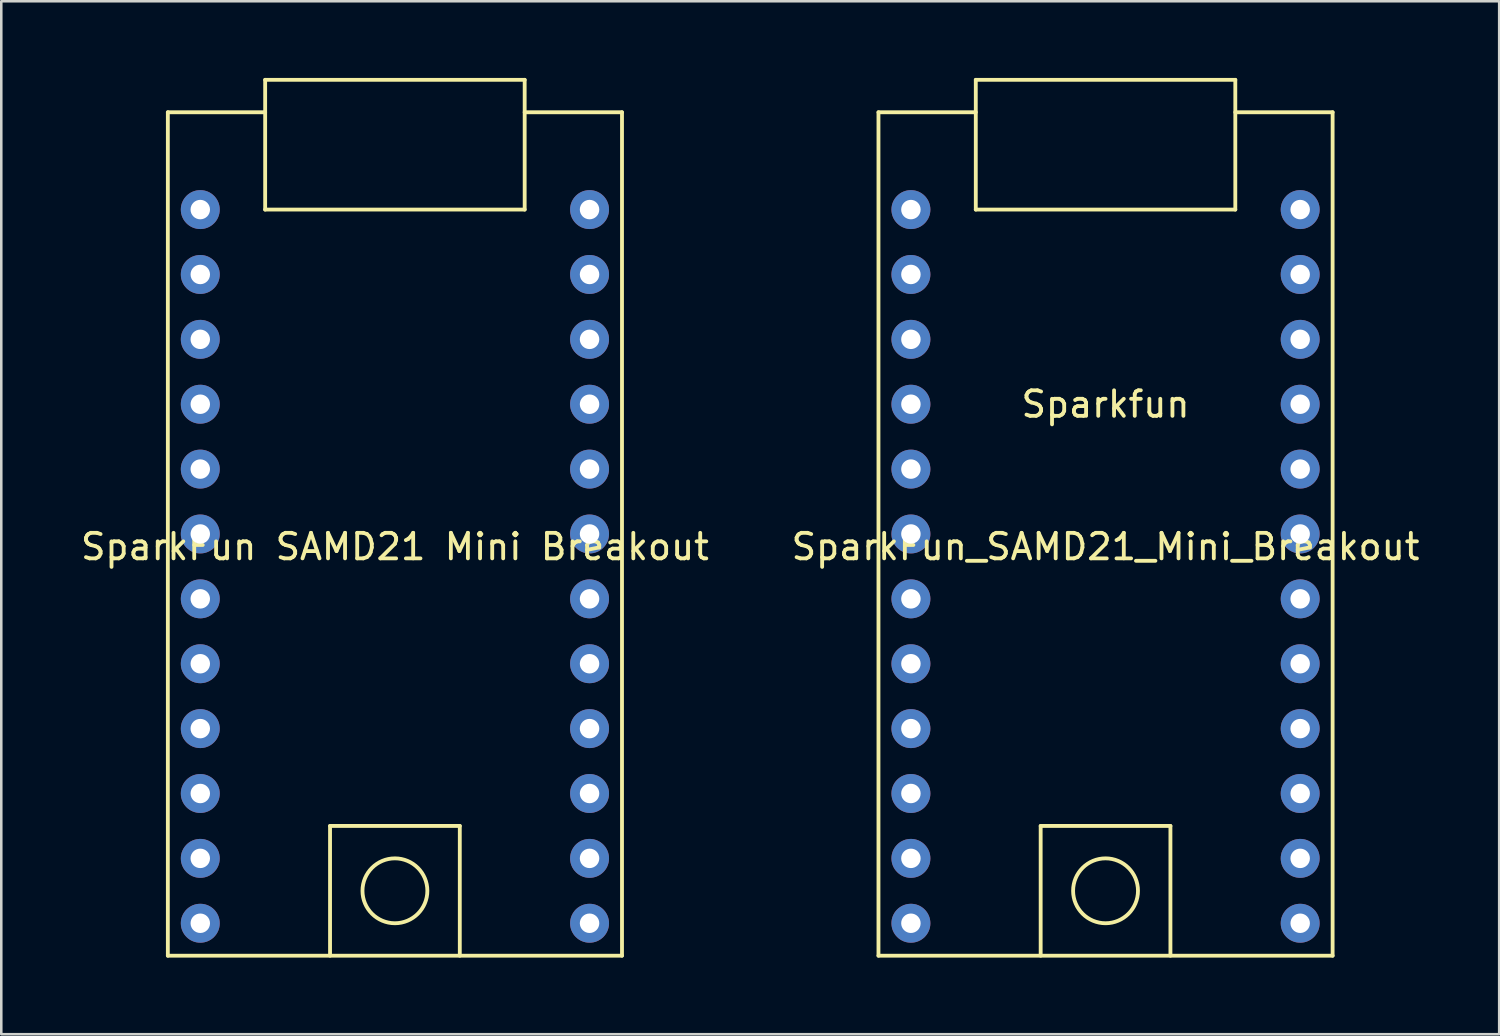
<source format=kicad_pcb>
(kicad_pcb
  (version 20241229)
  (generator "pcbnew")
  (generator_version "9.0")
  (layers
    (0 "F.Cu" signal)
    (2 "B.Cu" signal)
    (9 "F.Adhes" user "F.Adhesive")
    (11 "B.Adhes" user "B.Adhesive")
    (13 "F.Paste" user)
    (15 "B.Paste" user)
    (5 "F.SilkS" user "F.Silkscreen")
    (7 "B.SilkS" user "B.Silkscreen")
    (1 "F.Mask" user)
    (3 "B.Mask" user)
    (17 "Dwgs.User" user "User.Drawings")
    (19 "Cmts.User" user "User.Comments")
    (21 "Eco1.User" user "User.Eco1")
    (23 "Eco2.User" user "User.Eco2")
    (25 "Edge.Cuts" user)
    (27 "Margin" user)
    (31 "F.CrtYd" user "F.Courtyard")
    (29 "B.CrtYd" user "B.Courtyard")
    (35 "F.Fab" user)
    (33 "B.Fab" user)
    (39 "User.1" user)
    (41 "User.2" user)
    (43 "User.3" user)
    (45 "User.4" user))
  (footprint "SparkFun SAMD21 Mini Breakout"
    (layer "F.Cu")
    (at 12.411 17.855)
    (property "Reference" "SparkFun SAMD21 Mini Breakout" (at 0 0.5 0) (layer "F.SilkS") (effects (font (size 1 1) (thickness 0.15))))
    (attr through_hole)
    (fp_line (start -8.89 -16.51) (end -8.89 16.51) (stroke (width 0.15) (type solid)) (layer "F.SilkS"))
    (fp_line (start -8.89 16.51) (end 8.89 16.51) (stroke (width 0.15) (type solid)) (layer "F.SilkS"))
    (fp_line (start -5.08 -17.78) (end -5.08 -12.7) (stroke (width 0.15) (type solid)) (layer "F.SilkS"))
    (fp_line (start -5.08 -16.51) (end -8.89 -16.51) (stroke (width 0.15) (type solid)) (layer "F.SilkS"))
    (fp_line (start -5.08 -12.7) (end 5.08 -12.7) (stroke (width 0.15) (type solid)) (layer "F.SilkS"))
    (fp_line (start -2.54 11.43) (end -2.54 16.51) (stroke (width 0.15) (type solid)) (layer "F.SilkS"))
    (fp_line (start 2.54 11.43) (end -2.54 11.43) (stroke (width 0.15) (type solid)) (layer "F.SilkS"))
    (fp_line (start 2.54 16.51) (end 2.54 11.43) (stroke (width 0.15) (type solid)) (layer "F.SilkS"))
    (fp_line (start 5.08 -17.78) (end -5.08 -17.78) (stroke (width 0.15) (type solid)) (layer "F.SilkS"))
    (fp_line (start 5.08 -12.7) (end 5.08 -17.78) (stroke (width 0.15) (type solid)) (layer "F.SilkS"))
    (fp_line (start 8.89 -16.51) (end 5.08 -16.51) (stroke (width 0.15) (type solid)) (layer "F.SilkS"))
    (fp_line (start 8.89 16.51) (end 8.89 -16.51) (stroke (width 0.15) (type solid)) (layer "F.SilkS"))
    (fp_circle (center 0 13.97) (end 1.27 13.97) (stroke (width 0.15) (type solid)) (fill no) (layer "F.SilkS"))
    (pad "1" thru_hole circle (at -7.62 -12.7) (size 1.524 1.524) (drill 0.762) (layers "*.Cu" "*.Mask"))
    (pad "2" thru_hole circle (at -7.62 -10.16) (size 1.524 1.524) (drill 0.762) (layers "*.Cu" "*.Mask"))
    (pad "3" thru_hole circle (at -7.62 -7.62) (size 1.524 1.524) (drill 0.762) (layers "*.Cu" "*.Mask"))
    (pad "4" thru_hole circle (at -7.62 -5.08) (size 1.524 1.524) (drill 0.762) (layers "*.Cu" "*.Mask"))
    (pad "5" thru_hole circle (at -7.62 -2.54) (size 1.524 1.524) (drill 0.762) (layers "*.Cu" "*.Mask"))
    (pad "6" thru_hole circle (at -7.62 0) (size 1.524 1.524) (drill 0.762) (layers "*.Cu" "*.Mask"))
    (pad "7" thru_hole circle (at -7.62 2.54) (size 1.524 1.524) (drill 0.762) (layers "*.Cu" "*.Mask"))
    (pad "8" thru_hole circle (at -7.62 5.08) (size 1.524 1.524) (drill 0.762) (layers "*.Cu" "*.Mask"))
    (pad "9" thru_hole circle (at -7.62 7.62) (size 1.524 1.524) (drill 0.762) (layers "*.Cu" "*.Mask"))
    (pad "10" thru_hole circle (at -7.62 10.16) (size 1.524 1.524) (drill 0.762) (layers "*.Cu" "*.Mask"))
    (pad "11" thru_hole circle (at -7.62 12.7) (size 1.524 1.524) (drill 0.762) (layers "*.Cu" "*.Mask"))
    (pad "12" thru_hole circle (at -7.62 15.24) (size 1.524 1.524) (drill 0.762) (layers "*.Cu" "*.Mask"))
    (pad "13" thru_hole circle (at 7.62 15.24) (size 1.524 1.524) (drill 0.762) (layers "*.Cu" "*.Mask"))
    (pad "14" thru_hole circle (at 7.62 12.7) (size 1.524 1.524) (drill 0.762) (layers "*.Cu" "*.Mask"))
    (pad "15" thru_hole circle (at 7.62 10.16) (size 1.524 1.524) (drill 0.762) (layers "*.Cu" "*.Mask"))
    (pad "16" thru_hole circle (at 7.62 7.62) (size 1.524 1.524) (drill 0.762) (layers "*.Cu" "*.Mask"))
    (pad "17" thru_hole circle (at 7.62 5.08) (size 1.524 1.524) (drill 0.762) (layers "*.Cu" "*.Mask"))
    (pad "18" thru_hole circle (at 7.62 2.54) (size 1.524 1.524) (drill 0.762) (layers "*.Cu" "*.Mask"))
    (pad "19" thru_hole circle (at 7.62 0) (size 1.524 1.524) (drill 0.762) (layers "*.Cu" "*.Mask"))
    (pad "20" thru_hole circle (at 7.62 -2.54) (size 1.524 1.524) (drill 0.762) (layers "*.Cu" "*.Mask"))
    (pad "21" thru_hole circle (at 7.62 -5.08) (size 1.524 1.524) (drill 0.762) (layers "*.Cu" "*.Mask"))
    (pad "22" thru_hole circle (at 7.62 -7.62) (size 1.524 1.524) (drill 0.762) (layers "*.Cu" "*.Mask"))
    (pad "23" thru_hole circle (at 7.62 -10.16) (size 1.524 1.524) (drill 0.762) (layers "*.Cu" "*.Mask"))
    (pad "24" thru_hole circle (at 7.62 -12.7) (size 1.524 1.524) (drill 0.762) (layers "*.Cu" "*.Mask")))
  (footprint "SparkFun_SAMD21_Mini_Breakout"
    (layer "F.Cu")
    (at 40.232 17.855)
    (property "Reference" "SparkFun_SAMD21_Mini_Breakout" (at 0 0.5 0) (layer "F.SilkS") (effects (font (size 1 1) (thickness 0.15))))
    (attr through_hole)
    (fp_line (start -8.89 -16.51) (end -8.89 16.51) (stroke (width 0.15) (type solid)) (layer "F.SilkS"))
    (fp_line (start -8.89 16.51) (end 8.89 16.51) (stroke (width 0.15) (type solid)) (layer "F.SilkS"))
    (fp_line (start -5.08 -17.78) (end -5.08 -12.7) (stroke (width 0.15) (type solid)) (layer "F.SilkS"))
    (fp_line (start -5.08 -16.51) (end -8.89 -16.51) (stroke (width 0.15) (type solid)) (layer "F.SilkS"))
    (fp_line (start -5.08 -12.7) (end 5.08 -12.7) (stroke (width 0.15) (type solid)) (layer "F.SilkS"))
    (fp_line (start -2.54 11.43) (end -2.54 16.51) (stroke (width 0.15) (type solid)) (layer "F.SilkS"))
    (fp_line (start 2.54 11.43) (end -2.54 11.43) (stroke (width 0.15) (type solid)) (layer "F.SilkS"))
    (fp_line (start 2.54 16.51) (end 2.54 11.43) (stroke (width 0.15) (type solid)) (layer "F.SilkS"))
    (fp_line (start 5.08 -17.78) (end -5.08 -17.78) (stroke (width 0.15) (type solid)) (layer "F.SilkS"))
    (fp_line (start 5.08 -12.7) (end 5.08 -17.78) (stroke (width 0.15) (type solid)) (layer "F.SilkS"))
    (fp_line (start 8.89 -16.51) (end 5.08 -16.51) (stroke (width 0.15) (type solid)) (layer "F.SilkS"))
    (fp_line (start 8.89 16.51) (end 8.89 -16.51) (stroke (width 0.15) (type solid)) (layer "F.SilkS"))
    (fp_circle (center 0 13.97) (end 1.27 13.97) (stroke (width 0.15) (type solid)) (fill no) (layer "F.SilkS"))
    (fp_text user "Sparkfun" (at 0 -5.08 0) (layer "F.SilkS") (effects (font (size 1 1) (thickness 0.15))))
    (pad "1" thru_hole circle (at -7.62 -12.7) (size 1.524 1.524) (drill 0.762) (layers "*.Cu" "*.Mask"))
    (pad "2" thru_hole circle (at -7.62 -10.16) (size 1.524 1.524) (drill 0.762) (layers "*.Cu" "*.Mask"))
    (pad "3" thru_hole circle (at -7.62 -7.62) (size 1.524 1.524) (drill 0.762) (layers "*.Cu" "*.Mask"))
    (pad "4" thru_hole circle (at -7.62 -5.08) (size 1.524 1.524) (drill 0.762) (layers "*.Cu" "*.Mask"))
    (pad "5" thru_hole circle (at -7.62 -2.54) (size 1.524 1.524) (drill 0.762) (layers "*.Cu" "*.Mask"))
    (pad "6" thru_hole circle (at -7.62 0) (size 1.524 1.524) (drill 0.762) (layers "*.Cu" "*.Mask"))
    (pad "7" thru_hole circle (at -7.62 2.54) (size 1.524 1.524) (drill 0.762) (layers "*.Cu" "*.Mask"))
    (pad "8" thru_hole circle (at -7.62 5.08) (size 1.524 1.524) (drill 0.762) (layers "*.Cu" "*.Mask"))
    (pad "9" thru_hole circle (at -7.62 7.62) (size 1.524 1.524) (drill 0.762) (layers "*.Cu" "*.Mask"))
    (pad "10" thru_hole circle (at -7.62 10.16) (size 1.524 1.524) (drill 0.762) (layers "*.Cu" "*.Mask"))
    (pad "11" thru_hole circle (at -7.62 12.7) (size 1.524 1.524) (drill 0.762) (layers "*.Cu" "*.Mask"))
    (pad "12" thru_hole circle (at -7.62 15.24) (size 1.524 1.524) (drill 0.762) (layers "*.Cu" "*.Mask"))
    (pad "13" thru_hole circle (at 7.62 15.24) (size 1.524 1.524) (drill 0.762) (layers "*.Cu" "*.Mask"))
    (pad "14" thru_hole circle (at 7.62 12.7) (size 1.524 1.524) (drill 0.762) (layers "*.Cu" "*.Mask"))
    (pad "15" thru_hole circle (at 7.62 10.16) (size 1.524 1.524) (drill 0.762) (layers "*.Cu" "*.Mask"))
    (pad "16" thru_hole circle (at 7.62 7.62) (size 1.524 1.524) (drill 0.762) (layers "*.Cu" "*.Mask"))
    (pad "17" thru_hole circle (at 7.62 5.08) (size 1.524 1.524) (drill 0.762) (layers "*.Cu" "*.Mask"))
    (pad "18" thru_hole circle (at 7.62 2.54) (size 1.524 1.524) (drill 0.762) (layers "*.Cu" "*.Mask"))
    (pad "19" thru_hole circle (at 7.62 0) (size 1.524 1.524) (drill 0.762) (layers "*.Cu" "*.Mask"))
    (pad "20" thru_hole circle (at 7.62 -2.54) (size 1.524 1.524) (drill 0.762) (layers "*.Cu" "*.Mask"))
    (pad "21" thru_hole circle (at 7.62 -5.08) (size 1.524 1.524) (drill 0.762) (layers "*.Cu" "*.Mask"))
    (pad "22" thru_hole circle (at 7.62 -7.62) (size 1.524 1.524) (drill 0.762) (layers "*.Cu" "*.Mask"))
    (pad "23" thru_hole circle (at 7.62 -10.16) (size 1.524 1.524) (drill 0.762) (layers "*.Cu" "*.Mask"))
    (pad "24" thru_hole circle (at 7.62 -12.7) (size 1.524 1.524) (drill 0.762) (layers "*.Cu" "*.Mask")))
  (gr_rect
    (start -3 -3)
    (end 55.643 37.44)
    (stroke (width 0.1) (type default))
    (fill no)
    (layer "Edge.Cuts")))
</source>
